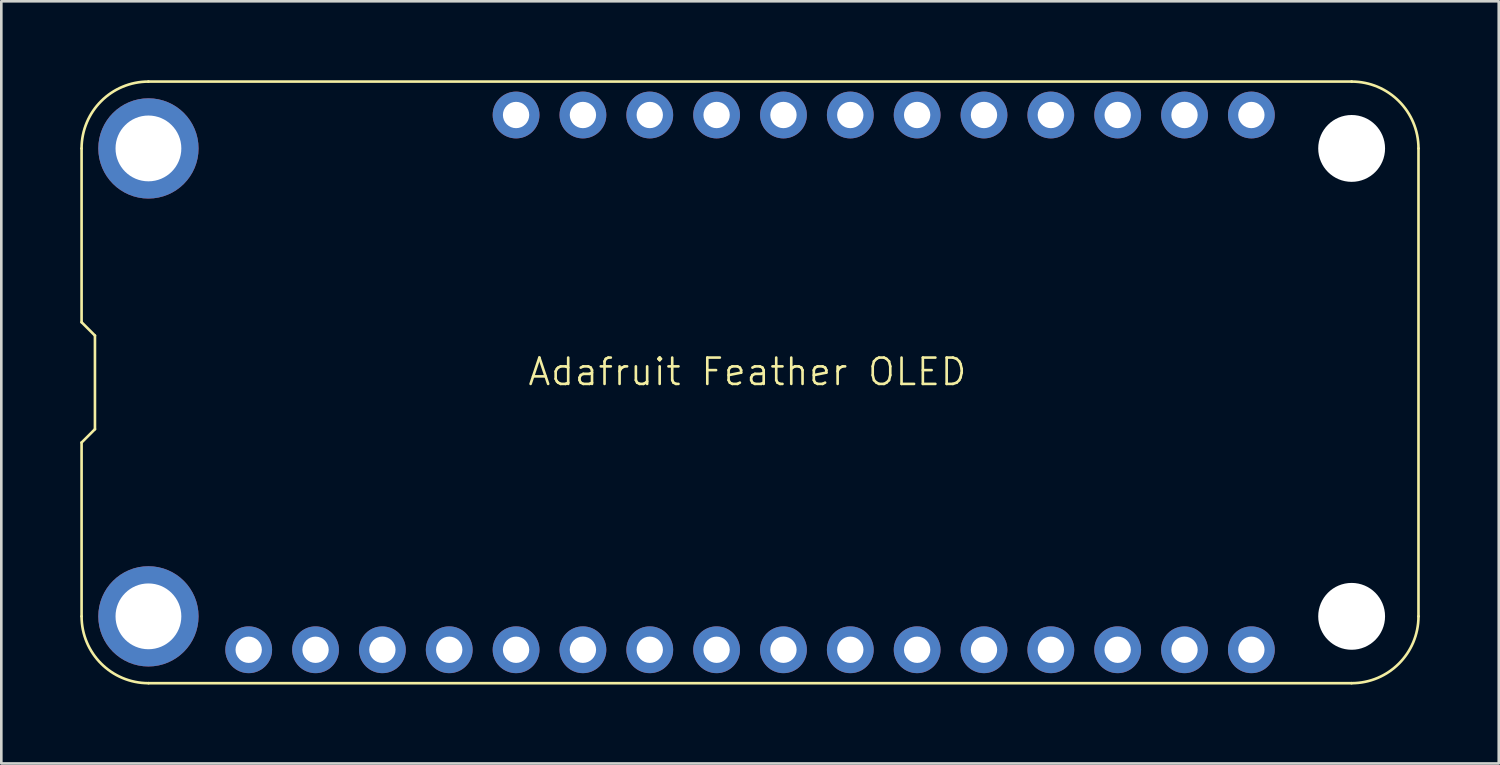
<source format=kicad_pcb>
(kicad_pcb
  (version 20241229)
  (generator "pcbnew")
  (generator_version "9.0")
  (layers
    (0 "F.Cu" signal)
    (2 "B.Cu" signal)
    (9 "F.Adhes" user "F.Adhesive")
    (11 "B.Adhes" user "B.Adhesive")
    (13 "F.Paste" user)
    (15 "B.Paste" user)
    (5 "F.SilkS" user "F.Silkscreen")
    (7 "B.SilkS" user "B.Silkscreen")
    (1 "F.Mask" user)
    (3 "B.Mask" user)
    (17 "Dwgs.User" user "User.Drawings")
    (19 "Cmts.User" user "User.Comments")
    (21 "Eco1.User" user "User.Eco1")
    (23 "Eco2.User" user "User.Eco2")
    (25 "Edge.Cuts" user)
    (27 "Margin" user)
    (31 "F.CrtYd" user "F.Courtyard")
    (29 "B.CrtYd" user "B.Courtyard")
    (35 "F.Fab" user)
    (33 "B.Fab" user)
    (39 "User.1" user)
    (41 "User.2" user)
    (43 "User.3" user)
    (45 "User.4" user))
  (footprint "Adafruit Feather OLED"
    (layer "F.Cu")
    (at 25.35 11.58)
    (property "Reference" "Adafruit Feather OLED" (at 0 -0.5 0) (unlocked yes) (layer "F.SilkS") (effects (font (size 1 1) (thickness 0.1))))
    (attr through_hole)
    (fp_line (start -25.3 -8.99) (end -25.3 -2.386) (stroke (width 0.1) (type solid)) (layer "F.SilkS"))
    (fp_line (start -25.3 -2.386) (end -24.792 -1.878) (stroke (width 0.1) (type solid)) (layer "F.SilkS"))
    (fp_line (start -25.3 2.186) (end -25.3 8.79) (stroke (width 0.1) (type solid)) (layer "F.SilkS"))
    (fp_line (start -24.792 -1.878) (end -24.792 1.678) (stroke (width 0.1) (type solid)) (layer "F.SilkS"))
    (fp_line (start -24.792 1.678) (end -25.3 2.186) (stroke (width 0.1) (type solid)) (layer "F.SilkS"))
    (fp_line (start -22.76 11.33) (end 22.96 11.33) (stroke (width 0.1) (type solid)) (layer "F.SilkS"))
    (fp_line (start 22.96 -11.53) (end -22.76 -11.53) (stroke (width 0.1) (type solid)) (layer "F.SilkS"))
    (fp_line (start 25.5 8.79) (end 25.5 -8.99) (stroke (width 0.1) (type solid)) (layer "F.SilkS"))
    (fp_arc (start -25.3 -8.99) (mid -24.556051 -10.786051) (end -22.76 -11.53) (stroke (width 0.1) (type solid)) (layer "F.SilkS"))
    (fp_arc (start -22.76 11.33) (mid -24.556051 10.586051) (end -25.3 8.79) (stroke (width 0.1) (type solid)) (layer "F.SilkS"))
    (fp_arc (start 22.96 -11.53) (mid 24.756051 -10.786051) (end 25.5 -8.99) (stroke (width 0.1) (type solid)) (layer "F.SilkS"))
    (fp_arc (start 25.5 8.79) (mid 24.756051 10.586051) (end 22.96 11.33) (stroke (width 0.1) (type solid)) (layer "F.SilkS"))
    (pad "" np_thru_hole circle (at 22.96 -8.99) (size 2.54 2.54) (drill 2.54) (layers "*.Cu" "*.Mask"))
    (pad "" np_thru_hole circle (at 22.96 8.79) (size 2.54 2.54) (drill 2.54) (layers "*.Cu" "*.Mask"))
    (pad "1" thru_hole circle (at -18.95 10.06) (size 1.778 1.778) (drill 1) (layers "*.Cu" "*.Mask"))
    (pad "2" thru_hole circle (at -16.41 10.06) (size 1.778 1.778) (drill 1) (layers "*.Cu" "*.Mask"))
    (pad "3" thru_hole circle (at -13.87 10.06) (size 1.778 1.778) (drill 1) (layers "*.Cu" "*.Mask"))
    (pad "4" thru_hole circle (at -11.33 10.06) (size 1.778 1.778) (drill 1) (layers "*.Cu" "*.Mask"))
    (pad "5" thru_hole circle (at -8.79 10.06) (size 1.778 1.778) (drill 1) (layers "*.Cu" "*.Mask"))
    (pad "6" thru_hole circle (at -6.25 10.06) (size 1.778 1.778) (drill 1) (layers "*.Cu" "*.Mask"))
    (pad "7" thru_hole circle (at -3.71 10.06) (size 1.778 1.778) (drill 1) (layers "*.Cu" "*.Mask"))
    (pad "8" thru_hole circle (at -1.17 10.06) (size 1.778 1.778) (drill 1) (layers "*.Cu" "*.Mask"))
    (pad "9" thru_hole circle (at 1.37 10.06) (size 1.778 1.778) (drill 1) (layers "*.Cu" "*.Mask"))
    (pad "10" thru_hole circle (at 3.91 10.06) (size 1.778 1.778) (drill 1) (layers "*.Cu" "*.Mask"))
    (pad "11" thru_hole circle (at 6.45 10.06) (size 1.778 1.778) (drill 1) (layers "*.Cu" "*.Mask"))
    (pad "12" thru_hole circle (at 8.99 10.06) (size 1.778 1.778) (drill 1) (layers "*.Cu" "*.Mask"))
    (pad "13" thru_hole circle (at 11.53 10.06) (size 1.778 1.778) (drill 1) (layers "*.Cu" "*.Mask"))
    (pad "14" thru_hole circle (at 14.07 10.06) (size 1.778 1.778) (drill 1) (layers "*.Cu" "*.Mask"))
    (pad "15" thru_hole circle (at 16.61 10.06) (size 1.778 1.778) (drill 1) (layers "*.Cu" "*.Mask"))
    (pad "16" thru_hole circle (at 19.15 10.06) (size 1.778 1.778) (drill 1) (layers "*.Cu" "*.Mask"))
    (pad "17" thru_hole circle (at 19.15 -10.26) (size 1.778 1.778) (drill 1) (layers "*.Cu" "*.Mask"))
    (pad "18" thru_hole circle (at 16.61 -10.26) (size 1.778 1.778) (drill 1) (layers "*.Cu" "*.Mask"))
    (pad "19" thru_hole circle (at 14.07 -10.26) (size 1.778 1.778) (drill 1) (layers "*.Cu" "*.Mask"))
    (pad "20" thru_hole circle (at 11.53 -10.26) (size 1.778 1.778) (drill 1) (layers "*.Cu" "*.Mask"))
    (pad "21" thru_hole circle (at 8.99 -10.26) (size 1.778 1.778) (drill 1) (layers "*.Cu" "*.Mask"))
    (pad "22" thru_hole circle (at 6.45 -10.26) (size 1.778 1.778) (drill 1) (layers "*.Cu" "*.Mask"))
    (pad "23" thru_hole circle (at 3.91 -10.26) (size 1.778 1.778) (drill 1) (layers "*.Cu" "*.Mask"))
    (pad "24" thru_hole circle (at 1.37 -10.26) (size 1.778 1.778) (drill 1) (layers "*.Cu" "*.Mask"))
    (pad "25" thru_hole circle (at -1.17 -10.26) (size 1.778 1.778) (drill 1) (layers "*.Cu" "*.Mask"))
    (pad "26" thru_hole circle (at -3.71 -10.26) (size 1.778 1.778) (drill 1) (layers "*.Cu" "*.Mask"))
    (pad "27" thru_hole circle (at -6.25 -10.26) (size 1.778 1.778) (drill 1) (layers "*.Cu" "*.Mask"))
    (pad "28" thru_hole circle (at -8.79 -10.26) (size 1.778 1.778) (drill 1) (layers "*.Cu" "*.Mask"))
    (pad "P$1" thru_hole circle (at -22.76 -8.99) (size 3.81 3.81) (drill 2.5) (layers "*.Cu" "*.Mask"))
    (pad "P$2" thru_hole circle (at -22.76 8.79) (size 3.81 3.81) (drill 2.5) (layers "*.Cu" "*.Mask")))
  (gr_rect
    (start -3 -3)
    (end 53.9 25.96)
    (stroke (width 0.1) (type default))
    (fill no)
    (layer "Edge.Cuts")))
</source>
